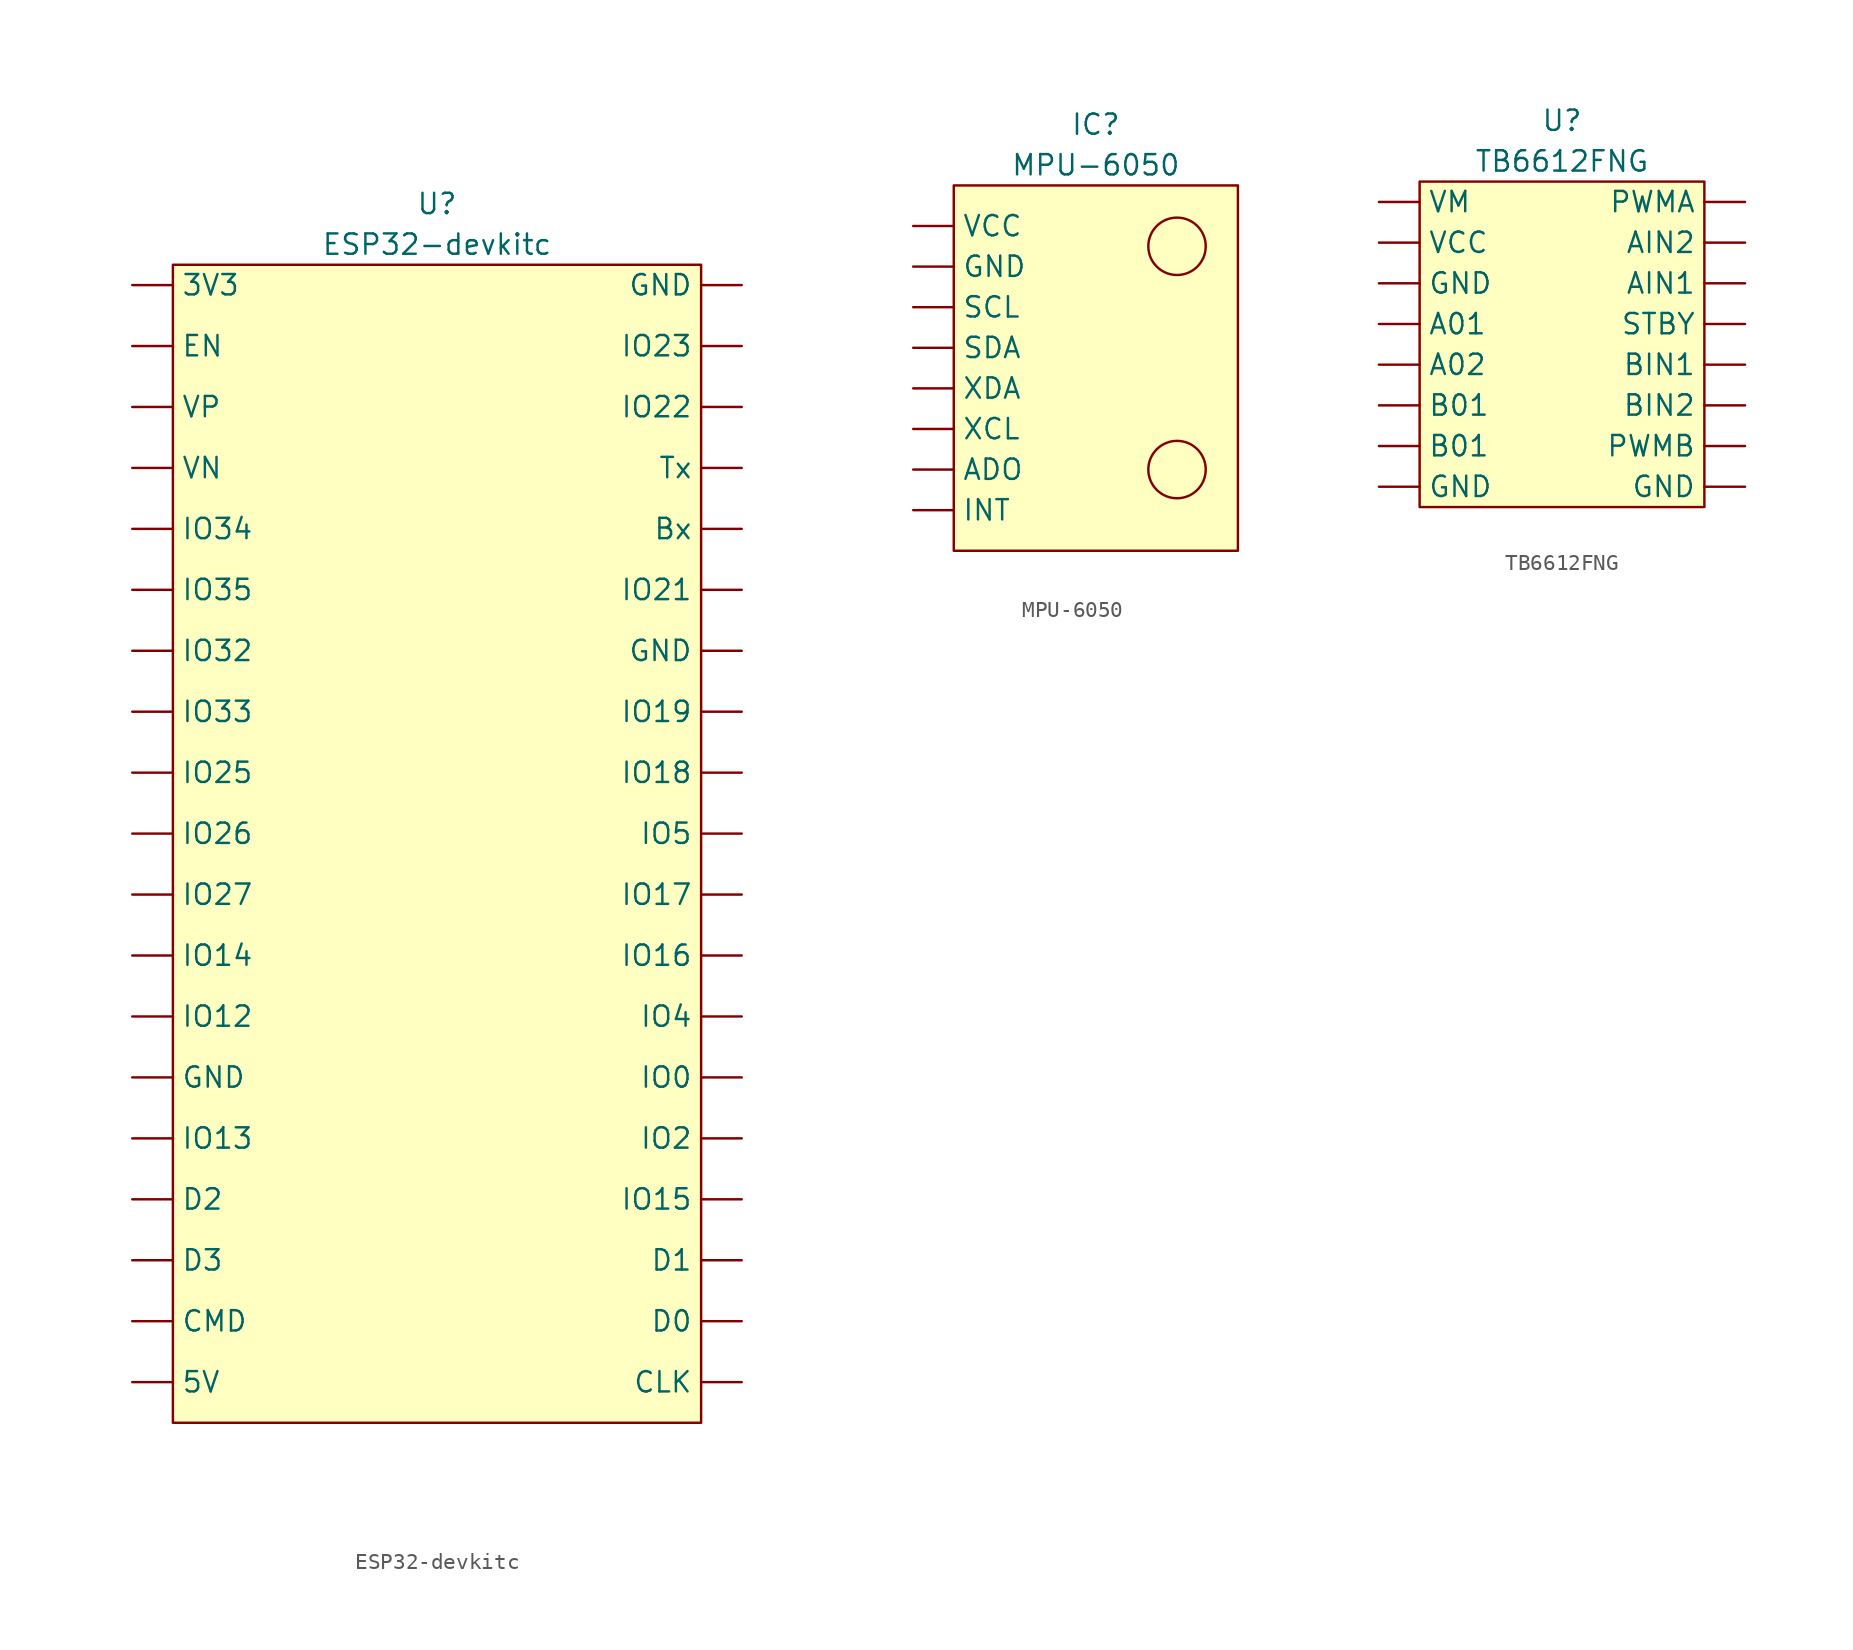
<source format=kicad_sym>
(kicad_symbol_lib
  (version 20220914)
  (generator kicad_symbol_editor)
  (symbol "ESP32-devkitc"
    (property "Reference" "U"
      (at 16.51 3.81 0)
      (effects (font (size 1.27 1.27))))
    (property "Value" "ESP32-devkitc"
      (at 16.51 1.27 0)
      (effects (font (size 1.27 1.27))))
    (symbol "ESP32-devkitc_1_1"
      (rectangle (start 0 0) (end 33.02 -72.39) (stroke (width 0) (type default)) (fill (type background)))
      (pin power_in line (at -2.54 -1.27 0) (length 2.54) (name "3V3" (effects (font (size 1.27 1.27)))) (number "" (effects (font (size 1.27 1.27)))))
      (pin power_out line (at -2.54 -69.85 0) (length 2.54) (name "5V" (effects (font (size 1.27 1.27)))) (number "" (effects (font (size 1.27 1.27)))))
      (pin bidirectional line (at 35.56 -16.51 180) (length 2.54) (name "Bx" (effects (font (size 1.27 1.27)))) (number "" (effects (font (size 1.27 1.27)))))
      (pin bidirectional line (at 35.56 -69.85 180) (length 2.54) (name "CLK" (effects (font (size 1.27 1.27)))) (number "" (effects (font (size 1.27 1.27)))))
      (pin bidirectional line (at -2.54 -66.04 0) (length 2.54) (name "CMD" (effects (font (size 1.27 1.27)))) (number "" (effects (font (size 1.27 1.27)))))
      (pin bidirectional line (at 35.56 -66.04 180) (length 2.54) (name "D0" (effects (font (size 1.27 1.27)))) (number "" (effects (font (size 1.27 1.27)))))
      (pin bidirectional line (at 35.56 -62.23 180) (length 2.54) (name "D1" (effects (font (size 1.27 1.27)))) (number "" (effects (font (size 1.27 1.27)))))
      (pin bidirectional line (at -2.54 -58.42 0) (length 2.54) (name "D2" (effects (font (size 1.27 1.27)))) (number "" (effects (font (size 1.27 1.27)))))
      (pin bidirectional line (at -2.54 -62.23 0) (length 2.54) (name "D3" (effects (font (size 1.27 1.27)))) (number "" (effects (font (size 1.27 1.27)))))
      (pin input line (at -2.54 -5.08 0) (length 2.54) (name "EN" (effects (font (size 1.27 1.27)))) (number "" (effects (font (size 1.27 1.27)))))
      (pin power_in line (at -2.54 -50.8 0) (length 2.54) (name "GND" (effects (font (size 1.27 1.27)))) (number "" (effects (font (size 1.27 1.27)))))
      (pin power_in line (at 35.56 -24.13 180) (length 2.54) (name "GND" (effects (font (size 1.27 1.27)))) (number "" (effects (font (size 1.27 1.27)))))
      (pin power_in line (at 35.56 -1.27 180) (length 2.54) (name "GND" (effects (font (size 1.27 1.27)))) (number "" (effects (font (size 1.27 1.27)))))
      (pin bidirectional line (at 35.56 -50.8 180) (length 2.54) (name "IO0" (effects (font (size 1.27 1.27)))) (number "" (effects (font (size 1.27 1.27)))))
      (pin bidirectional line (at -2.54 -46.99 0) (length 2.54) (name "IO12" (effects (font (size 1.27 1.27)))) (number "" (effects (font (size 1.27 1.27)))))
      (pin bidirectional line (at -2.54 -54.61 0) (length 2.54) (name "IO13" (effects (font (size 1.27 1.27)))) (number "" (effects (font (size 1.27 1.27)))))
      (pin bidirectional line (at -2.54 -43.18 0) (length 2.54) (name "IO14" (effects (font (size 1.27 1.27)))) (number "" (effects (font (size 1.27 1.27)))))
      (pin bidirectional line (at 35.56 -58.42 180) (length 2.54) (name "IO15" (effects (font (size 1.27 1.27)))) (number "" (effects (font (size 1.27 1.27)))))
      (pin bidirectional line (at 35.56 -43.18 180) (length 2.54) (name "IO16" (effects (font (size 1.27 1.27)))) (number "" (effects (font (size 1.27 1.27)))))
      (pin bidirectional line (at 35.56 -39.37 180) (length 2.54) (name "IO17" (effects (font (size 1.27 1.27)))) (number "" (effects (font (size 1.27 1.27)))))
      (pin bidirectional line (at 35.56 -31.75 180) (length 2.54) (name "IO18" (effects (font (size 1.27 1.27)))) (number "" (effects (font (size 1.27 1.27)))))
      (pin bidirectional line (at 35.56 -27.94 180) (length 2.54) (name "IO19" (effects (font (size 1.27 1.27)))) (number "" (effects (font (size 1.27 1.27)))))
      (pin bidirectional line (at 35.56 -54.61 180) (length 2.54) (name "IO2" (effects (font (size 1.27 1.27)))) (number "" (effects (font (size 1.27 1.27)))))
      (pin bidirectional line (at 35.56 -20.32 180) (length 2.54) (name "IO21" (effects (font (size 1.27 1.27)))) (number "" (effects (font (size 1.27 1.27)))))
      (pin bidirectional line (at 35.56 -8.89 180) (length 2.54) (name "IO22" (effects (font (size 1.27 1.27)))) (number "" (effects (font (size 1.27 1.27)))))
      (pin bidirectional line (at 35.56 -5.08 180) (length 2.54) (name "IO23" (effects (font (size 1.27 1.27)))) (number "" (effects (font (size 1.27 1.27)))))
      (pin bidirectional line (at -2.54 -31.75 0) (length 2.54) (name "IO25" (effects (font (size 1.27 1.27)))) (number "" (effects (font (size 1.27 1.27)))))
      (pin bidirectional line (at -2.54 -35.56 0) (length 2.54) (name "IO26" (effects (font (size 1.27 1.27)))) (number "" (effects (font (size 1.27 1.27)))))
      (pin bidirectional line (at -2.54 -39.37 0) (length 2.54) (name "IO27" (effects (font (size 1.27 1.27)))) (number "" (effects (font (size 1.27 1.27)))))
      (pin bidirectional line (at -2.54 -24.13 0) (length 2.54) (name "IO32" (effects (font (size 1.27 1.27)))) (number "" (effects (font (size 1.27 1.27)))))
      (pin bidirectional line (at -2.54 -27.94 0) (length 2.54) (name "IO33" (effects (font (size 1.27 1.27)))) (number "" (effects (font (size 1.27 1.27)))))
      (pin input line (at -2.54 -16.51 0) (length 2.54) (name "IO34" (effects (font (size 1.27 1.27)))) (number "" (effects (font (size 1.27 1.27)))))
      (pin input line (at -2.54 -20.32 0) (length 2.54) (name "IO35" (effects (font (size 1.27 1.27)))) (number "" (effects (font (size 1.27 1.27)))))
      (pin bidirectional line (at 35.56 -46.99 180) (length 2.54) (name "IO4" (effects (font (size 1.27 1.27)))) (number "" (effects (font (size 1.27 1.27)))))
      (pin bidirectional line (at 35.56 -35.56 180) (length 2.54) (name "IO5" (effects (font (size 1.27 1.27)))) (number "" (effects (font (size 1.27 1.27)))))
      (pin bidirectional line (at 35.56 -12.7 180) (length 2.54) (name "Tx" (effects (font (size 1.27 1.27)))) (number "" (effects (font (size 1.27 1.27)))))
      (pin input line (at -2.54 -12.7 0) (length 2.54) (name "VN" (effects (font (size 1.27 1.27)))) (number "" (effects (font (size 1.27 1.27)))))
      (pin input line (at -2.54 -8.89 0) (length 2.54) (name "VP" (effects (font (size 1.27 1.27)))) (number "" (effects (font (size 1.27 1.27)))))))
  (symbol "MPU-6050"
    (property "Reference" "IC"
      (at 8.89 3.81 0)
      (effects (font (size 1.27 1.27))))
    (property "Value" "MPU-6050"
      (at 8.89 1.27 0)
      (effects (font (size 1.27 1.27))))
    (symbol "MPU-6050_0_1"
      (circle (center 13.97 -17.78) (radius 1.796) (stroke (width 0) (type default)) (fill (type none)))
      (circle (center 13.97 -3.81) (radius 1.796) (stroke (width 0) (type default)) (fill (type none))))
    (symbol "MPU-6050_1_1"
      (rectangle (start 0 0) (end 17.78 -22.86) (stroke (width 0) (type default)) (fill (type background)))
      (pin bidirectional line (at -2.54 -17.78 0) (length 2.54) (name "ADO" (effects (font (size 1.27 1.27)))) (number "" (effects (font (size 1.27 1.27)))))
      (pin power_in line (at -2.54 -5.08 0) (length 2.54) (name "GND" (effects (font (size 1.27 1.27)))) (number "" (effects (font (size 1.27 1.27)))))
      (pin bidirectional line (at -2.54 -20.32 0) (length 2.54) (name "INT" (effects (font (size 1.27 1.27)))) (number "" (effects (font (size 1.27 1.27)))))
      (pin bidirectional line (at -2.54 -7.62 0) (length 2.54) (name "SCL" (effects (font (size 1.27 1.27)))) (number "" (effects (font (size 1.27 1.27)))))
      (pin bidirectional line (at -2.54 -10.16 0) (length 2.54) (name "SDA" (effects (font (size 1.27 1.27)))) (number "" (effects (font (size 1.27 1.27)))))
      (pin power_in line (at -2.54 -2.54 0) (length 2.54) (name "VCC" (effects (font (size 1.27 1.27)))) (number "" (effects (font (size 1.27 1.27)))))
      (pin bidirectional line (at -2.54 -15.24 0) (length 2.54) (name "XCL" (effects (font (size 1.27 1.27)))) (number "" (effects (font (size 1.27 1.27)))))
      (pin bidirectional line (at -2.54 -12.7 0) (length 2.54) (name "XDA" (effects (font (size 1.27 1.27)))) (number "" (effects (font (size 1.27 1.27)))))))
  (symbol "TB6612FNG"
    (property "Reference" "U"
      (at 8.89 3.81 0)
      (effects (font (size 1.27 1.27))))
    (property "Value" "TB6612FNG"
      (at 8.89 1.27 0)
      (effects (font (size 1.27 1.27))))
    (symbol "TB6612FNG_1_1"
      (rectangle (start 0 0) (end 17.78 -20.32) (stroke (width 0) (type default)) (fill (type background)))
      (pin input line (at -2.54 -8.89 0) (length 2.54) (name "A01" (effects (font (size 1.27 1.27)))) (number "" (effects (font (size 1.27 1.27)))))
      (pin input line (at -2.54 -11.43 0) (length 2.54) (name "A02" (effects (font (size 1.27 1.27)))) (number "" (effects (font (size 1.27 1.27)))))
      (pin bidirectional line (at 20.32 -6.35 180) (length 2.54) (name "AIN1" (effects (font (size 1.27 1.27)))) (number "" (effects (font (size 1.27 1.27)))))
      (pin bidirectional line (at 20.32 -3.81 180) (length 2.54) (name "AIN2" (effects (font (size 1.27 1.27)))) (number "" (effects (font (size 1.27 1.27)))))
      (pin input line (at -2.54 -16.51 0) (length 2.54) (name "B01" (effects (font (size 1.27 1.27)))) (number "" (effects (font (size 1.27 1.27)))))
      (pin input line (at -2.54 -13.97 0) (length 2.54) (name "B01" (effects (font (size 1.27 1.27)))) (number "" (effects (font (size 1.27 1.27)))))
      (pin bidirectional line (at 20.32 -11.43 180) (length 2.54) (name "BIN1" (effects (font (size 1.27 1.27)))) (number "" (effects (font (size 1.27 1.27)))))
      (pin bidirectional line (at 20.32 -13.97 180) (length 2.54) (name "BIN2" (effects (font (size 1.27 1.27)))) (number "" (effects (font (size 1.27 1.27)))))
      (pin power_in line (at -2.54 -19.05 0) (length 2.54) (name "GND" (effects (font (size 1.27 1.27)))) (number "" (effects (font (size 1.27 1.27)))))
      (pin power_in line (at -2.54 -6.35 0) (length 2.54) (name "GND" (effects (font (size 1.27 1.27)))) (number "" (effects (font (size 1.27 1.27)))))
      (pin power_in line (at 20.32 -19.05 180) (length 2.54) (name "GND" (effects (font (size 1.27 1.27)))) (number "" (effects (font (size 1.27 1.27)))))
      (pin bidirectional line (at 20.32 -1.27 180) (length 2.54) (name "PWMA" (effects (font (size 1.27 1.27)))) (number "" (effects (font (size 1.27 1.27)))))
      (pin bidirectional line (at 20.32 -16.51 180) (length 2.54) (name "PWMB" (effects (font (size 1.27 1.27)))) (number "" (effects (font (size 1.27 1.27)))))
      (pin bidirectional line (at 20.32 -8.89 180) (length 2.54) (name "STBY" (effects (font (size 1.27 1.27)))) (number "" (effects (font (size 1.27 1.27)))))
      (pin power_in line (at -2.54 -3.81 0) (length 2.54) (name "VCC" (effects (font (size 1.27 1.27)))) (number "" (effects (font (size 1.27 1.27)))))
      (pin power_in line (at -2.54 -1.27 0) (length 2.54) (name "VM" (effects (font (size 1.27 1.27)))) (number "" (effects (font (size 1.27 1.27))))))))
</source>
